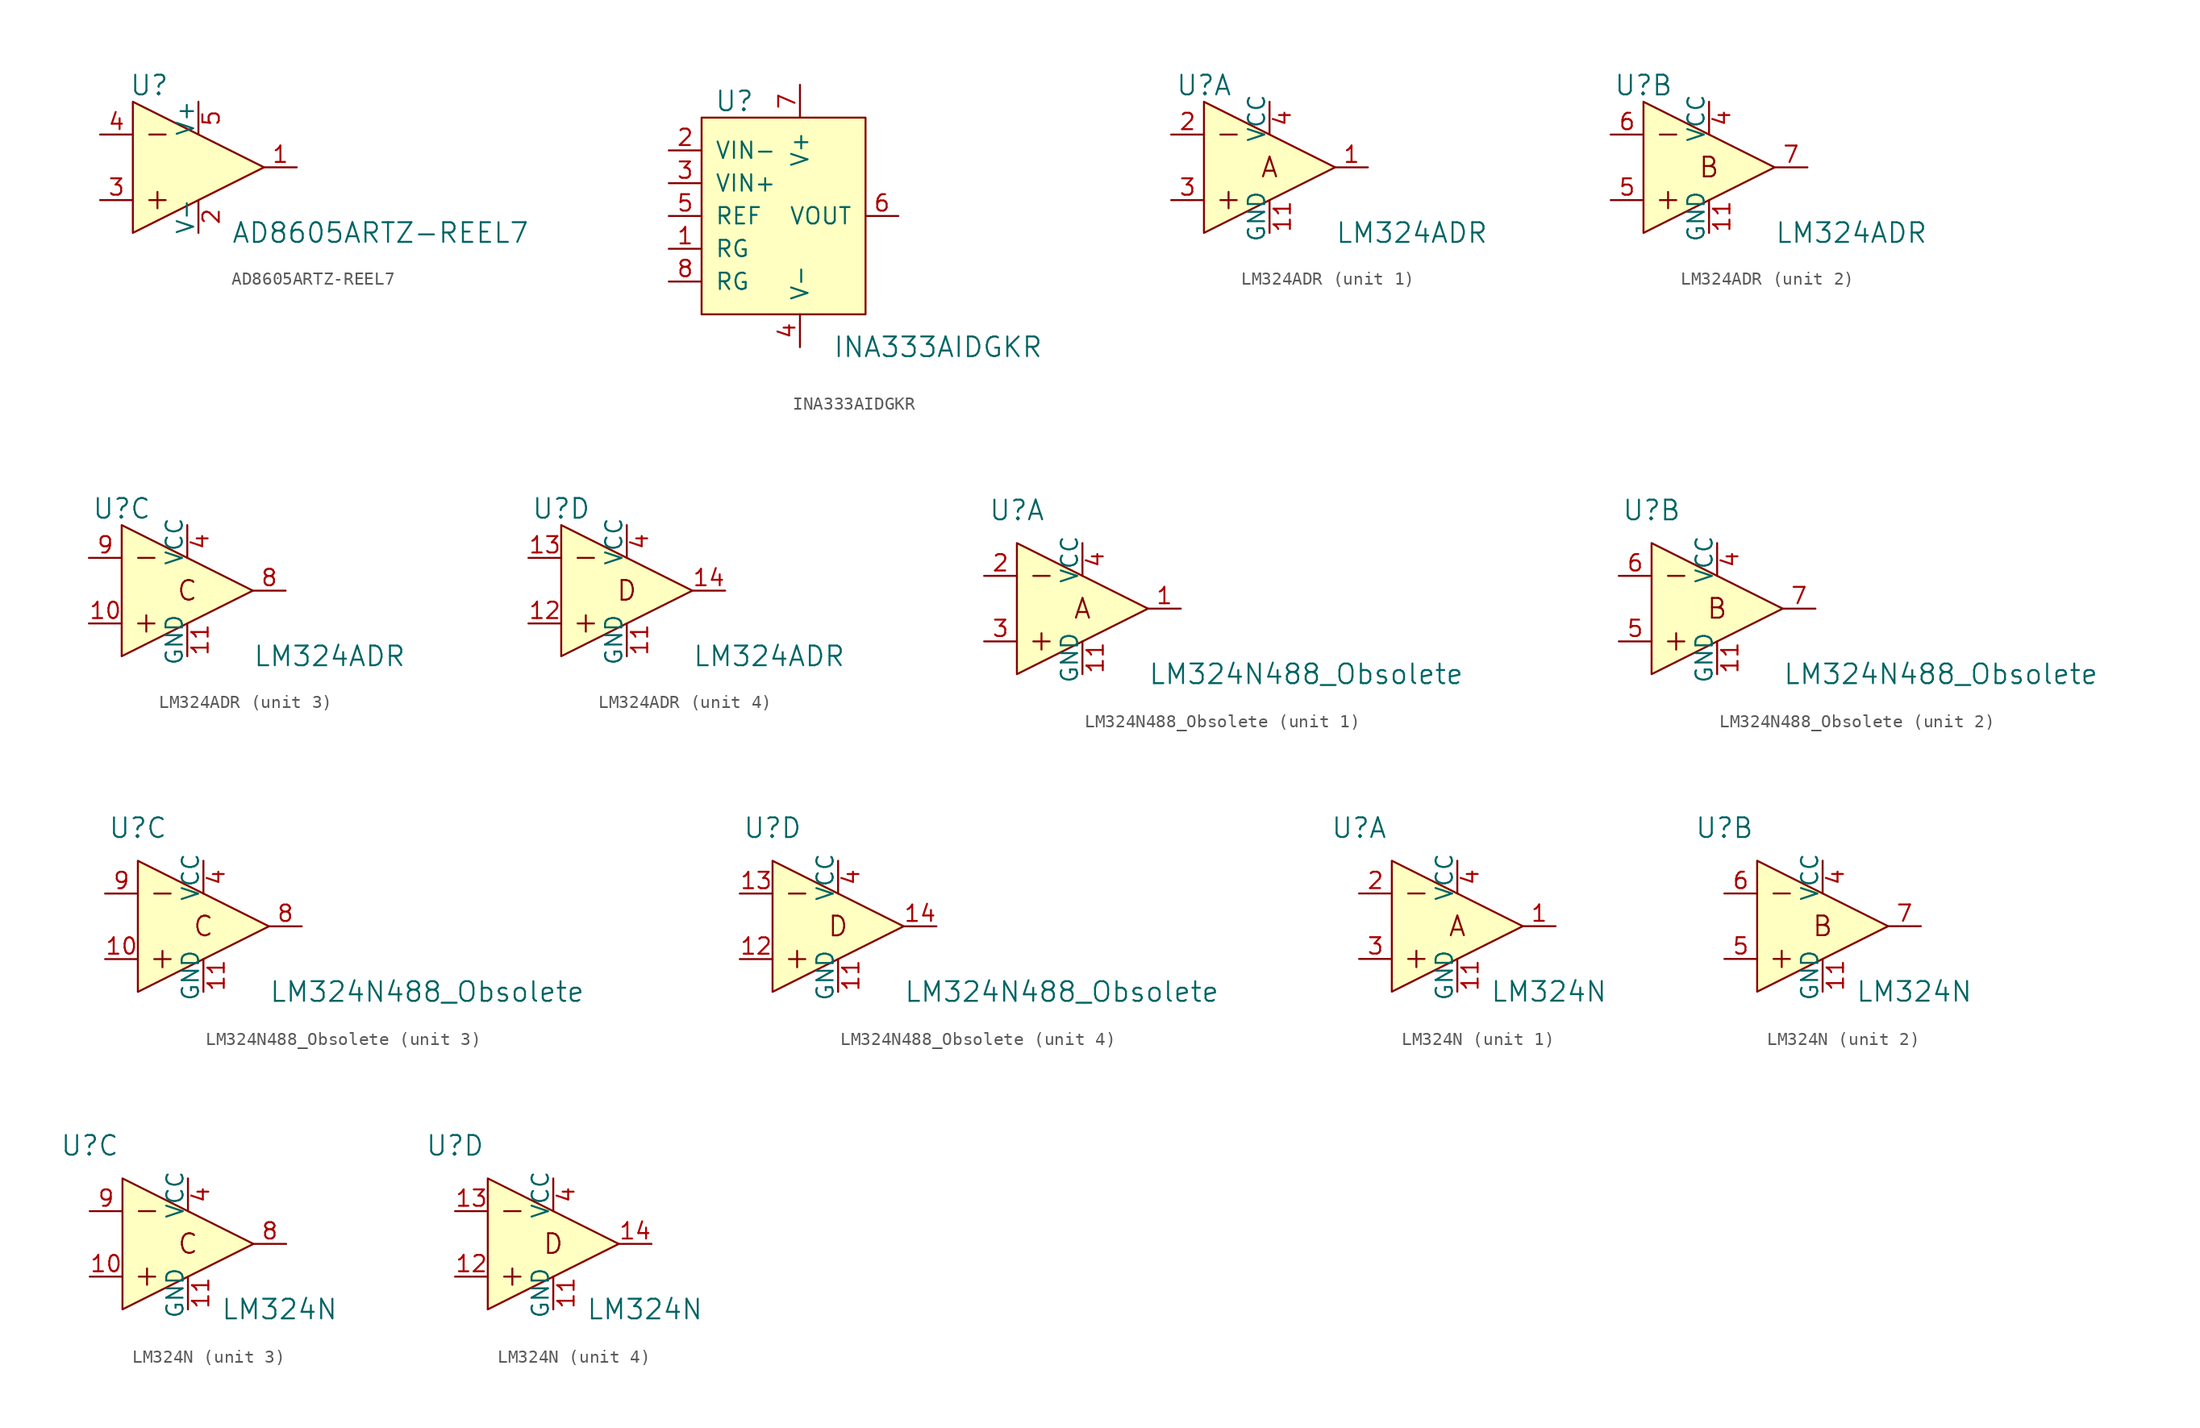
<source format=kicad_sym>
(kicad_symbol_lib
  (version 20220914)
  (generator kicad_symbol_editor)
  (symbol "AD8605ARTZ-REEL7"
    (pin_names
      (offset 0))
    (property "Reference" "U"
      (at -3.81 6.35 0)
      (effects (font (size 1.524 1.524))))
    (property "Value" "AD8605ARTZ-REEL7"
      (at 2.54 -5.08 0)
      (effects (font (size 1.524 1.524)) (justify left)))
    (symbol "AD8605ARTZ-REEL7_1_0"
      (polyline (pts (xy -3.81 -2.54) (xy -2.54 -2.54)) (stroke (width 0) (type default)) (fill (type none)))
      (polyline (pts (xy -3.81 2.54) (xy -2.54 2.54)) (stroke (width 0) (type default)) (fill (type none)))
      (polyline (pts (xy -3.175 -1.905) (xy -3.175 -3.175)) (stroke (width 0) (type default)) (fill (type none)))
      (polyline (pts (xy -5.08 5.08) (xy -5.08 -5.08) (xy 5.08 0) (xy -5.08 5.08)) (stroke (width 0) (type default)) (fill (type background))))
    (symbol "AD8605ARTZ-REEL7_1_1"
      (pin output line (at 7.62 0 180) (length 2.54) (name "~" (effects (font (size 1.27 1.27)))) (number "1" (effects (font (size 1.27 1.27)))))
      (pin power_in line (at 0 -5.08 90) (length 2.54) (name "V-" (effects (font (size 1.27 1.27)))) (number "2" (effects (font (size 1.27 1.27)))))
      (pin input line (at -7.62 -2.54 0) (length 2.54) (name "~" (effects (font (size 1.27 1.27)))) (number "3" (effects (font (size 1.27 1.27)))))
      (pin input line (at -7.62 2.54 0) (length 2.54) (name "~" (effects (font (size 1.27 1.27)))) (number "4" (effects (font (size 1.27 1.27)))))
      (pin power_in line (at 0 5.08 270) (length 2.54) (name "V+" (effects (font (size 1.27 1.27)))) (number "5" (effects (font (size 1.27 1.27)))))))
  (symbol "INA333AIDGKR"
    (pin_names
      (offset 1.016))
    (property "Reference" "U"
      (at -5.08 3.81 0)
      (effects (font (size 1.524 1.524))))
    (property "Value" "INA333AIDGKR"
      (at 2.54 -15.24 0)
      (effects (font (size 1.524 1.524)) (justify left)))
    (symbol "INA333AIDGKR_0_1"
      (rectangle (start -7.62 2.54) (end 5.08 -12.7) (stroke (width 0) (type default)) (fill (type background))))
    (symbol "INA333AIDGKR_1_1"
      (pin passive line (at -10.16 -7.62 0) (length 2.54) (name "RG" (effects (font (size 1.27 1.27)))) (number "1" (effects (font (size 1.27 1.27)))))
      (pin input line (at -10.16 0 0) (length 2.54) (name "VIN-" (effects (font (size 1.27 1.27)))) (number "2" (effects (font (size 1.27 1.27)))))
      (pin input line (at -10.16 -2.54 0) (length 2.54) (name "VIN+" (effects (font (size 1.27 1.27)))) (number "3" (effects (font (size 1.27 1.27)))))
      (pin power_in line (at 0 -15.24 90) (length 2.54) (name "V-" (effects (font (size 1.27 1.27)))) (number "4" (effects (font (size 1.27 1.27)))))
      (pin input line (at -10.16 -5.08 0) (length 2.54) (name "REF" (effects (font (size 1.27 1.27)))) (number "5" (effects (font (size 1.27 1.27)))))
      (pin output line (at 7.62 -5.08 180) (length 2.54) (name "VOUT" (effects (font (size 1.27 1.27)))) (number "6" (effects (font (size 1.27 1.27)))))
      (pin power_in line (at 0 5.08 270) (length 2.54) (name "V+" (effects (font (size 1.27 1.27)))) (number "7" (effects (font (size 1.27 1.27)))))
      (pin passive line (at -10.16 -10.16 0) (length 2.54) (name "RG" (effects (font (size 1.27 1.27)))) (number "8" (effects (font (size 1.27 1.27)))))))
  (symbol "LM324ADR"
    (pin_names
      (offset 0))
    (property "Reference" "U"
      (at -5.08 6.35 0)
      (effects (font (size 1.524 1.524))))
    (property "Value" "LM324ADR"
      (at 5.08 -5.08 0)
      (effects (font (size 1.524 1.524)) (justify left)))
    (property "ki_locked" ""
      (at 0 0 0)
      (effects (font (size 1.27 1.27))))
    (symbol "LM324ADR_0_0"
      (polyline (pts (xy -3.81 -2.54) (xy -2.54 -2.54)) (stroke (width 0) (type default)) (fill (type none)))
      (polyline (pts (xy -3.81 2.54) (xy -2.54 2.54)) (stroke (width 0) (type default)) (fill (type none)))
      (polyline (pts (xy -3.175 -1.905) (xy -3.175 -3.175)) (stroke (width 0) (type default)) (fill (type none)))
      (polyline (pts (xy -5.08 5.08) (xy -5.08 -5.08) (xy 5.08 0) (xy -5.08 5.08)) (stroke (width 0) (type default)) (fill (type background))))
    (symbol "LM324ADR_1_0"
      (text "A" (at 0 0 0) (effects (font (size 1.524 1.524)))))
    (symbol "LM324ADR_1_1"
      (pin output line (at 7.62 0 180) (length 2.54) (name "~" (effects (font (size 1.27 1.27)))) (number "1" (effects (font (size 1.27 1.27)))))
      (pin power_in line (at 0 -5.08 90) (length 2.54) (name "GND" (effects (font (size 1.27 1.27)))) (number "11" (effects (font (size 1.27 1.27)))))
      (pin input line (at -7.62 2.54 0) (length 2.54) (name "~" (effects (font (size 1.27 1.27)))) (number "2" (effects (font (size 1.27 1.27)))))
      (pin input line (at -7.62 -2.54 0) (length 2.54) (name "~" (effects (font (size 1.27 1.27)))) (number "3" (effects (font (size 1.27 1.27)))))
      (pin power_in line (at 0 5.08 270) (length 2.54) (name "VCC" (effects (font (size 1.27 1.27)))) (number "4" (effects (font (size 1.27 1.27))))))
    (symbol "LM324ADR_2_0"
      (text "B" (at 0 0 0) (effects (font (size 1.524 1.524)))))
    (symbol "LM324ADR_2_1"
      (pin power_in line (at 0 -5.08 90) (length 2.54) (name "GND" (effects (font (size 1.27 1.27)))) (number "11" (effects (font (size 1.27 1.27)))))
      (pin power_in line (at 0 5.08 270) (length 2.54) (name "VCC" (effects (font (size 1.27 1.27)))) (number "4" (effects (font (size 1.27 1.27)))))
      (pin input line (at -7.62 -2.54 0) (length 2.54) (name "~" (effects (font (size 1.27 1.27)))) (number "5" (effects (font (size 1.27 1.27)))))
      (pin input line (at -7.62 2.54 0) (length 2.54) (name "~" (effects (font (size 1.27 1.27)))) (number "6" (effects (font (size 1.27 1.27)))))
      (pin output line (at 7.62 0 180) (length 2.54) (name "~" (effects (font (size 1.27 1.27)))) (number "7" (effects (font (size 1.27 1.27))))))
    (symbol "LM324ADR_3_0"
      (text "C" (at 0 0 0) (effects (font (size 1.524 1.524)))))
    (symbol "LM324ADR_3_1"
      (pin input line (at -7.62 -2.54 0) (length 2.54) (name "~" (effects (font (size 1.27 1.27)))) (number "10" (effects (font (size 1.27 1.27)))))
      (pin power_in line (at 0 -5.08 90) (length 2.54) (name "GND" (effects (font (size 1.27 1.27)))) (number "11" (effects (font (size 1.27 1.27)))))
      (pin power_in line (at 0 5.08 270) (length 2.54) (name "VCC" (effects (font (size 1.27 1.27)))) (number "4" (effects (font (size 1.27 1.27)))))
      (pin output line (at 7.62 0 180) (length 2.54) (name "~" (effects (font (size 1.27 1.27)))) (number "8" (effects (font (size 1.27 1.27)))))
      (pin input line (at -7.62 2.54 0) (length 2.54) (name "~" (effects (font (size 1.27 1.27)))) (number "9" (effects (font (size 1.27 1.27))))))
    (symbol "LM324ADR_4_0"
      (text "D" (at 0 0 0) (effects (font (size 1.524 1.524)))))
    (symbol "LM324ADR_4_1"
      (pin power_in line (at 0 -5.08 90) (length 2.54) (name "GND" (effects (font (size 1.27 1.27)))) (number "11" (effects (font (size 1.27 1.27)))))
      (pin input line (at -7.62 -2.54 0) (length 2.54) (name "~" (effects (font (size 1.27 1.27)))) (number "12" (effects (font (size 1.27 1.27)))))
      (pin input line (at -7.62 2.54 0) (length 2.54) (name "~" (effects (font (size 1.27 1.27)))) (number "13" (effects (font (size 1.27 1.27)))))
      (pin output line (at 7.62 0 180) (length 2.54) (name "~" (effects (font (size 1.27 1.27)))) (number "14" (effects (font (size 1.27 1.27)))))
      (pin power_in line (at 0 5.08 270) (length 2.54) (name "VCC" (effects (font (size 1.27 1.27)))) (number "4" (effects (font (size 1.27 1.27)))))))
  (symbol "LM324N488_Obsolete"
    (pin_names
      (offset 0))
    (property "Reference" "U"
      (at -5.08 7.62 0)
      (effects (font (size 1.524 1.524))))
    (property "Value" "LM324N488_Obsolete"
      (at 5.08 -5.08 0)
      (effects (font (size 1.524 1.524)) (justify left)))
    (property "ki_locked" ""
      (at 0 0 0)
      (effects (font (size 1.27 1.27))))
    (symbol "LM324N488_Obsolete_0_0"
      (polyline (pts (xy -3.81 -2.54) (xy -2.54 -2.54)) (stroke (width 0) (type default)) (fill (type none)))
      (polyline (pts (xy -3.81 2.54) (xy -2.54 2.54)) (stroke (width 0) (type default)) (fill (type none)))
      (polyline (pts (xy -3.175 -1.905) (xy -3.175 -3.175)) (stroke (width 0) (type default)) (fill (type none)))
      (polyline (pts (xy -5.08 5.08) (xy -5.08 -5.08) (xy 5.08 0) (xy -5.08 5.08)) (stroke (width 0) (type default)) (fill (type background))))
    (symbol "LM324N488_Obsolete_1_0"
      (text "A" (at 0 0 0) (effects (font (size 1.524 1.524)))))
    (symbol "LM324N488_Obsolete_1_1"
      (pin output line (at 7.62 0 180) (length 2.54) (name "~" (effects (font (size 1.27 1.27)))) (number "1" (effects (font (size 1.27 1.27)))))
      (pin power_in line (at 0 -5.08 90) (length 2.54) (name "GND" (effects (font (size 1.27 1.27)))) (number "11" (effects (font (size 1.27 1.27)))))
      (pin input line (at -7.62 2.54 0) (length 2.54) (name "~" (effects (font (size 1.27 1.27)))) (number "2" (effects (font (size 1.27 1.27)))))
      (pin input line (at -7.62 -2.54 0) (length 2.54) (name "~" (effects (font (size 1.27 1.27)))) (number "3" (effects (font (size 1.27 1.27)))))
      (pin power_in line (at 0 5.08 270) (length 2.54) (name "VCC" (effects (font (size 1.27 1.27)))) (number "4" (effects (font (size 1.27 1.27))))))
    (symbol "LM324N488_Obsolete_2_0"
      (text "B" (at 0 0 0) (effects (font (size 1.524 1.524)))))
    (symbol "LM324N488_Obsolete_2_1"
      (pin power_in line (at 0 -5.08 90) (length 2.54) (name "GND" (effects (font (size 1.27 1.27)))) (number "11" (effects (font (size 1.27 1.27)))))
      (pin power_in line (at 0 5.08 270) (length 2.54) (name "VCC" (effects (font (size 1.27 1.27)))) (number "4" (effects (font (size 1.27 1.27)))))
      (pin input line (at -7.62 -2.54 0) (length 2.54) (name "~" (effects (font (size 1.27 1.27)))) (number "5" (effects (font (size 1.27 1.27)))))
      (pin input line (at -7.62 2.54 0) (length 2.54) (name "~" (effects (font (size 1.27 1.27)))) (number "6" (effects (font (size 1.27 1.27)))))
      (pin output line (at 7.62 0 180) (length 2.54) (name "~" (effects (font (size 1.27 1.27)))) (number "7" (effects (font (size 1.27 1.27))))))
    (symbol "LM324N488_Obsolete_3_0"
      (text "C" (at 0 0 0) (effects (font (size 1.524 1.524)))))
    (symbol "LM324N488_Obsolete_3_1"
      (pin input line (at -7.62 -2.54 0) (length 2.54) (name "~" (effects (font (size 1.27 1.27)))) (number "10" (effects (font (size 1.27 1.27)))))
      (pin power_in line (at 0 -5.08 90) (length 2.54) (name "GND" (effects (font (size 1.27 1.27)))) (number "11" (effects (font (size 1.27 1.27)))))
      (pin power_in line (at 0 5.08 270) (length 2.54) (name "VCC" (effects (font (size 1.27 1.27)))) (number "4" (effects (font (size 1.27 1.27)))))
      (pin output line (at 7.62 0 180) (length 2.54) (name "~" (effects (font (size 1.27 1.27)))) (number "8" (effects (font (size 1.27 1.27)))))
      (pin input line (at -7.62 2.54 0) (length 2.54) (name "~" (effects (font (size 1.27 1.27)))) (number "9" (effects (font (size 1.27 1.27))))))
    (symbol "LM324N488_Obsolete_4_0"
      (text "D" (at 0 0 0) (effects (font (size 1.524 1.524)))))
    (symbol "LM324N488_Obsolete_4_1"
      (pin power_in line (at 0 -5.08 90) (length 2.54) (name "GND" (effects (font (size 1.27 1.27)))) (number "11" (effects (font (size 1.27 1.27)))))
      (pin input line (at -7.62 -2.54 0) (length 2.54) (name "~" (effects (font (size 1.27 1.27)))) (number "12" (effects (font (size 1.27 1.27)))))
      (pin input line (at -7.62 2.54 0) (length 2.54) (name "~" (effects (font (size 1.27 1.27)))) (number "13" (effects (font (size 1.27 1.27)))))
      (pin output line (at 7.62 0 180) (length 2.54) (name "~" (effects (font (size 1.27 1.27)))) (number "14" (effects (font (size 1.27 1.27)))))
      (pin power_in line (at 0 5.08 270) (length 2.54) (name "VCC" (effects (font (size 1.27 1.27)))) (number "4" (effects (font (size 1.27 1.27)))))))
  (symbol "LM324N"
    (pin_names
      (offset 0))
    (property "Reference" "U"
      (at -7.62 7.62 0)
      (effects (font (size 1.524 1.524))))
    (property "Value" "LM324N"
      (at 2.54 -5.08 0)
      (effects (font (size 1.524 1.524)) (justify left)))
    (property "ki_locked" ""
      (at 0 0 0)
      (effects (font (size 1.27 1.27))))
    (symbol "LM324N_0_0"
      (polyline (pts (xy -3.81 -2.54) (xy -2.54 -2.54)) (stroke (width 0) (type default)) (fill (type none)))
      (polyline (pts (xy -3.81 2.54) (xy -2.54 2.54)) (stroke (width 0) (type default)) (fill (type none)))
      (polyline (pts (xy -3.175 -1.905) (xy -3.175 -3.175)) (stroke (width 0) (type default)) (fill (type none)))
      (polyline (pts (xy -5.08 5.08) (xy -5.08 -5.08) (xy 5.08 0) (xy -5.08 5.08)) (stroke (width 0) (type default)) (fill (type background))))
    (symbol "LM324N_1_0"
      (text "A" (at 0 0 0) (effects (font (size 1.524 1.524)))))
    (symbol "LM324N_1_1"
      (pin output line (at 7.62 0 180) (length 2.54) (name "~" (effects (font (size 1.27 1.27)))) (number "1" (effects (font (size 1.27 1.27)))))
      (pin power_in line (at 0 -5.08 90) (length 2.54) (name "GND" (effects (font (size 1.27 1.27)))) (number "11" (effects (font (size 1.27 1.27)))))
      (pin input line (at -7.62 2.54 0) (length 2.54) (name "~" (effects (font (size 1.27 1.27)))) (number "2" (effects (font (size 1.27 1.27)))))
      (pin input line (at -7.62 -2.54 0) (length 2.54) (name "~" (effects (font (size 1.27 1.27)))) (number "3" (effects (font (size 1.27 1.27)))))
      (pin power_in line (at 0 5.08 270) (length 2.54) (name "VCC" (effects (font (size 1.27 1.27)))) (number "4" (effects (font (size 1.27 1.27))))))
    (symbol "LM324N_2_0"
      (text "B" (at 0 0 0) (effects (font (size 1.524 1.524)))))
    (symbol "LM324N_2_1"
      (pin power_in line (at 0 -5.08 90) (length 2.54) (name "GND" (effects (font (size 1.27 1.27)))) (number "11" (effects (font (size 1.27 1.27)))))
      (pin power_in line (at 0 5.08 270) (length 2.54) (name "VCC" (effects (font (size 1.27 1.27)))) (number "4" (effects (font (size 1.27 1.27)))))
      (pin input line (at -7.62 -2.54 0) (length 2.54) (name "~" (effects (font (size 1.27 1.27)))) (number "5" (effects (font (size 1.27 1.27)))))
      (pin input line (at -7.62 2.54 0) (length 2.54) (name "~" (effects (font (size 1.27 1.27)))) (number "6" (effects (font (size 1.27 1.27)))))
      (pin output line (at 7.62 0 180) (length 2.54) (name "~" (effects (font (size 1.27 1.27)))) (number "7" (effects (font (size 1.27 1.27))))))
    (symbol "LM324N_3_0"
      (text "C" (at 0 0 0) (effects (font (size 1.524 1.524)))))
    (symbol "LM324N_3_1"
      (pin input line (at -7.62 -2.54 0) (length 2.54) (name "~" (effects (font (size 1.27 1.27)))) (number "10" (effects (font (size 1.27 1.27)))))
      (pin power_in line (at 0 -5.08 90) (length 2.54) (name "GND" (effects (font (size 1.27 1.27)))) (number "11" (effects (font (size 1.27 1.27)))))
      (pin power_in line (at 0 5.08 270) (length 2.54) (name "VCC" (effects (font (size 1.27 1.27)))) (number "4" (effects (font (size 1.27 1.27)))))
      (pin output line (at 7.62 0 180) (length 2.54) (name "~" (effects (font (size 1.27 1.27)))) (number "8" (effects (font (size 1.27 1.27)))))
      (pin input line (at -7.62 2.54 0) (length 2.54) (name "~" (effects (font (size 1.27 1.27)))) (number "9" (effects (font (size 1.27 1.27))))))
    (symbol "LM324N_4_0"
      (text "D" (at 0 0 0) (effects (font (size 1.524 1.524)))))
    (symbol "LM324N_4_1"
      (pin power_in line (at 0 -5.08 90) (length 2.54) (name "GND" (effects (font (size 1.27 1.27)))) (number "11" (effects (font (size 1.27 1.27)))))
      (pin input line (at -7.62 -2.54 0) (length 2.54) (name "~" (effects (font (size 1.27 1.27)))) (number "12" (effects (font (size 1.27 1.27)))))
      (pin input line (at -7.62 2.54 0) (length 2.54) (name "~" (effects (font (size 1.27 1.27)))) (number "13" (effects (font (size 1.27 1.27)))))
      (pin output line (at 7.62 0 180) (length 2.54) (name "~" (effects (font (size 1.27 1.27)))) (number "14" (effects (font (size 1.27 1.27)))))
      (pin power_in line (at 0 5.08 270) (length 2.54) (name "VCC" (effects (font (size 1.27 1.27)))) (number "4" (effects (font (size 1.27 1.27))))))))
</source>
